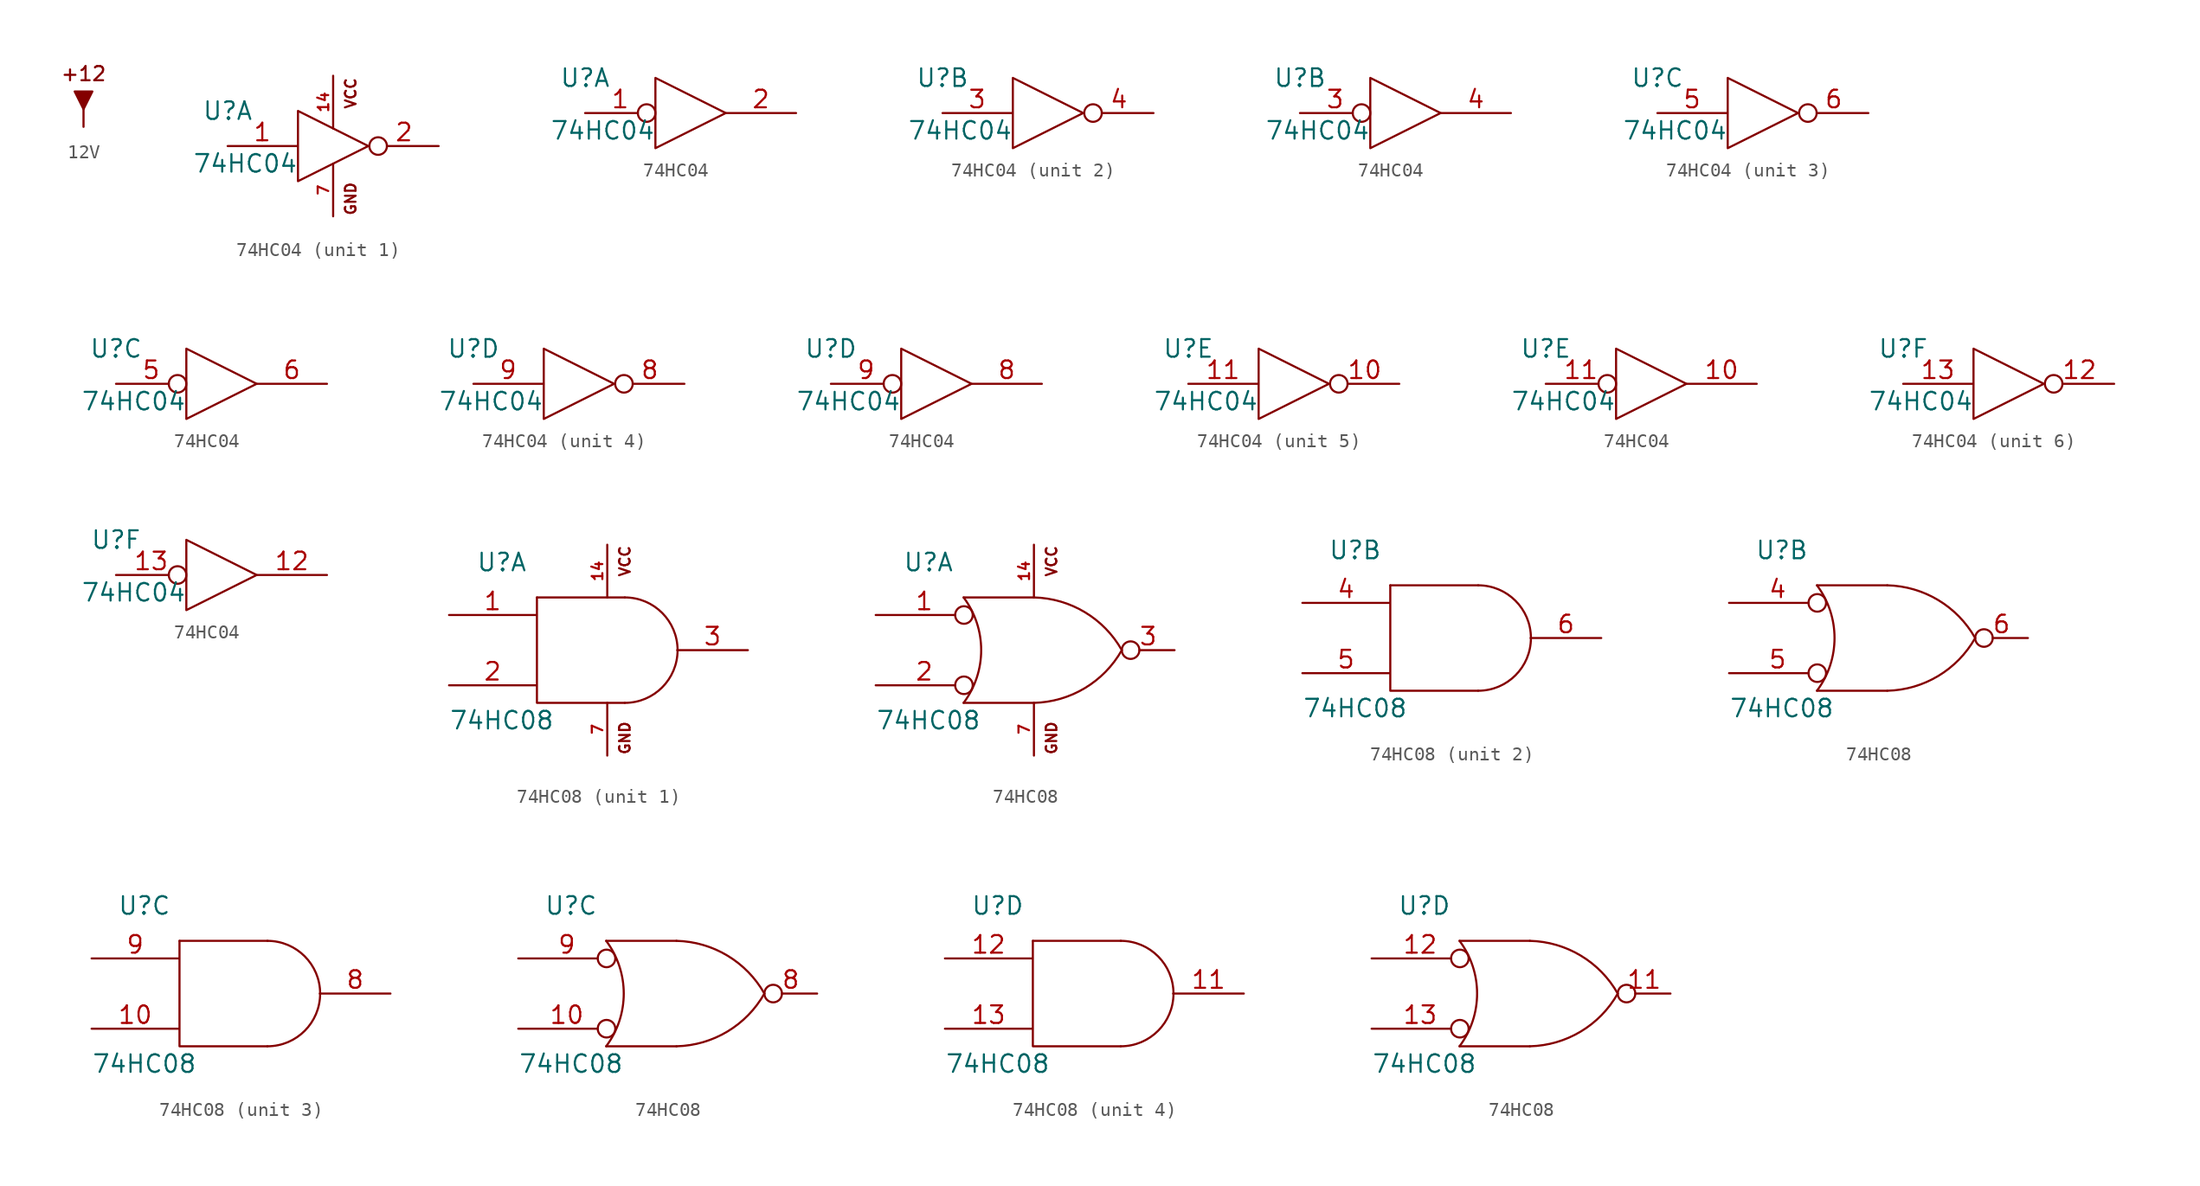
<source format=kicad_sym>
(kicad_symbol_lib
  (version 20211014)
  (generator kicad_symbol_editor)
  (symbol "12V"
    (power)
    (pin_numbers hide)
    (pin_names
      (offset 0) hide)
    (property "Reference" "#PWR"
      (at 0 -1.27 0)
      (effects (font (size 1.524 1.524)) hide))
    (symbol "12V_0_0"
      (text "+12" (at 0 3.81 0) (effects (font (size 1.016 1.016)))))
    (symbol "12V_0_1"
      (polyline (pts (xy 0 1.27) (xy 0.635 2.54) (xy -0.635 2.54) (xy 0 1.27)) (stroke (width 0) (type default) (color 0 0 0 0)) (fill (type outline))))
    (symbol "12V_1_1"
      (pin power_in line (at 0 0 90) (length 1.27) (name "+12V" (effects (font (size 1.27 1.27)))) (number "1" (effects (font (size 1.27 1.27)))))))
  (symbol "74HC04"
    (pin_names
      (offset 0.762) hide)
    (property "Reference" "U"
      (at -7.62 2.54 0)
      (effects (font (size 1.27 1.27))))
    (property "Value" "74HC04"
      (at -6.35 -1.27 0)
      (effects (font (size 1.27 1.27))))
    (symbol "74HC04_1_1"
      (polyline (pts (xy -2.54 -2.54) (xy -2.54 2.54) (xy 2.54 0) (xy -2.54 -2.54)) (stroke (width 0) (type default) (color 0 0 0 0)) (fill (type none)))
      (text "GND" (at 1.27 -3.81 900) (effects (font (size 0.762 0.762))))
      (text "VCC" (at 1.27 3.81 900) (effects (font (size 0.762 0.762))))
      (pin input line (at -7.62 0 0) (length 5.004) (name "~" (effects (font (size 1.27 1.27)))) (number "1" (effects (font (size 1.27 1.27)))))
      (pin power_in line (at 0 5.08 270) (length 3.81) (name "VCC" (effects (font (size 1.27 1.27)))) (number "14" (effects (font (size 0.762 0.762)))))
      (pin output inverted (at 7.62 0 180) (length 5.004) (name "~" (effects (font (size 1.27 1.27)))) (number "2" (effects (font (size 1.27 1.27)))))
      (pin power_in line (at 0 -5.08 90) (length 3.81) (name "GND" (effects (font (size 1.27 1.27)))) (number "7" (effects (font (size 0.762 0.762))))))
    (symbol "74HC04_1_2"
      (polyline (pts (xy -2.54 2.54) (xy -2.54 -2.54) (xy 2.54 0) (xy -2.54 2.54)) (stroke (width 0) (type default) (color 0 0 0 0)) (fill (type none)))
      (pin input inverted (at -7.62 0 0) (length 5.08) (name "~" (effects (font (size 1.27 1.27)))) (number "1" (effects (font (size 1.27 1.27)))))
      (pin output line (at 7.62 0 180) (length 5.08) (name "~" (effects (font (size 1.27 1.27)))) (number "2" (effects (font (size 1.27 1.27))))))
    (symbol "74HC04_2_1"
      (polyline (pts (xy -2.54 2.54) (xy -2.54 -2.54) (xy 2.54 0) (xy -2.54 2.54)) (stroke (width 0) (type default) (color 0 0 0 0)) (fill (type none)))
      (pin input line (at -7.62 0 0) (length 5.004) (name "~" (effects (font (size 1.27 1.27)))) (number "3" (effects (font (size 1.27 1.27)))))
      (pin output inverted (at 7.62 0 180) (length 5.004) (name "~" (effects (font (size 1.27 1.27)))) (number "4" (effects (font (size 1.27 1.27))))))
    (symbol "74HC04_2_2"
      (polyline (pts (xy -2.54 2.54) (xy -2.54 -2.54) (xy 2.54 0) (xy -2.54 2.54)) (stroke (width 0) (type default) (color 0 0 0 0)) (fill (type none)))
      (pin input inverted (at -7.62 0 0) (length 5.08) (name "~" (effects (font (size 1.27 1.27)))) (number "3" (effects (font (size 1.27 1.27)))))
      (pin output line (at 7.62 0 180) (length 5.08) (name "~" (effects (font (size 1.27 1.27)))) (number "4" (effects (font (size 1.27 1.27))))))
    (symbol "74HC04_3_1"
      (polyline (pts (xy -2.54 2.54) (xy -2.54 -2.54) (xy 2.54 0) (xy -2.54 2.54)) (stroke (width 0) (type default) (color 0 0 0 0)) (fill (type none)))
      (pin input line (at -7.62 0 0) (length 5.004) (name "~" (effects (font (size 1.27 1.27)))) (number "5" (effects (font (size 1.27 1.27)))))
      (pin output inverted (at 7.62 0 180) (length 5.004) (name "~" (effects (font (size 1.27 1.27)))) (number "6" (effects (font (size 1.27 1.27))))))
    (symbol "74HC04_3_2"
      (polyline (pts (xy -2.54 2.54) (xy -2.54 -2.54) (xy 2.54 0) (xy -2.54 2.54)) (stroke (width 0) (type default) (color 0 0 0 0)) (fill (type none)))
      (pin input inverted (at -7.62 0 0) (length 5.08) (name "~" (effects (font (size 1.27 1.27)))) (number "5" (effects (font (size 1.27 1.27)))))
      (pin output line (at 7.62 0 180) (length 5.08) (name "~" (effects (font (size 1.27 1.27)))) (number "6" (effects (font (size 1.27 1.27))))))
    (symbol "74HC04_4_1"
      (polyline (pts (xy -2.54 2.54) (xy -2.54 -2.54) (xy 2.54 0) (xy -2.54 2.54)) (stroke (width 0) (type default) (color 0 0 0 0)) (fill (type none)))
      (pin output inverted (at 7.62 0 180) (length 5.004) (name "~" (effects (font (size 1.27 1.27)))) (number "8" (effects (font (size 1.27 1.27)))))
      (pin input line (at -7.62 0 0) (length 5.004) (name "~" (effects (font (size 1.27 1.27)))) (number "9" (effects (font (size 1.27 1.27))))))
    (symbol "74HC04_4_2"
      (polyline (pts (xy -2.54 2.54) (xy -2.54 -2.54) (xy 2.54 0) (xy -2.54 2.54)) (stroke (width 0) (type default) (color 0 0 0 0)) (fill (type none)))
      (pin output line (at 7.62 0 180) (length 5.08) (name "~" (effects (font (size 1.27 1.27)))) (number "8" (effects (font (size 1.27 1.27)))))
      (pin input inverted (at -7.62 0 0) (length 5.08) (name "~" (effects (font (size 1.27 1.27)))) (number "9" (effects (font (size 1.27 1.27))))))
    (symbol "74HC04_5_1"
      (polyline (pts (xy -2.54 2.54) (xy -2.54 -2.54) (xy 2.54 0) (xy -2.54 2.54)) (stroke (width 0) (type default) (color 0 0 0 0)) (fill (type none)))
      (pin output inverted (at 7.62 0 180) (length 5.004) (name "~" (effects (font (size 1.27 1.27)))) (number "10" (effects (font (size 1.27 1.27)))))
      (pin input line (at -7.62 0 0) (length 5.004) (name "~" (effects (font (size 1.27 1.27)))) (number "11" (effects (font (size 1.27 1.27))))))
    (symbol "74HC04_5_2"
      (polyline (pts (xy -2.54 2.54) (xy -2.54 -2.54) (xy 2.54 0) (xy -2.54 2.54)) (stroke (width 0) (type default) (color 0 0 0 0)) (fill (type none)))
      (pin output line (at 7.62 0 180) (length 5.08) (name "~" (effects (font (size 1.27 1.27)))) (number "10" (effects (font (size 1.27 1.27)))))
      (pin input inverted (at -7.62 0 0) (length 5.08) (name "~" (effects (font (size 1.27 1.27)))) (number "11" (effects (font (size 1.27 1.27))))))
    (symbol "74HC04_6_1"
      (polyline (pts (xy -2.54 2.54) (xy -2.54 -2.54) (xy 2.54 0) (xy -2.54 2.54)) (stroke (width 0) (type default) (color 0 0 0 0)) (fill (type none)))
      (pin output inverted (at 7.62 0 180) (length 5.004) (name "~" (effects (font (size 1.27 1.27)))) (number "12" (effects (font (size 1.27 1.27)))))
      (pin input line (at -7.62 0 0) (length 5.004) (name "~" (effects (font (size 1.27 1.27)))) (number "13" (effects (font (size 1.27 1.27))))))
    (symbol "74HC04_6_2"
      (polyline (pts (xy -2.54 2.54) (xy -2.54 -2.54) (xy 2.54 0) (xy -2.54 2.54)) (stroke (width 0) (type default) (color 0 0 0 0)) (fill (type none)))
      (pin output line (at 7.62 0 180) (length 5.08) (name "~" (effects (font (size 1.27 1.27)))) (number "12" (effects (font (size 1.27 1.27)))))
      (pin input inverted (at -7.62 0 0) (length 5.08) (name "~" (effects (font (size 1.27 1.27)))) (number "13" (effects (font (size 1.27 1.27)))))))
  (symbol "74HC08"
    (pin_names
      (offset 0.762) hide)
    (property "Reference" "U"
      (at -7.62 6.35 0)
      (effects (font (size 1.27 1.27))))
    (property "Value" "74HC08"
      (at -7.62 -5.08 0)
      (effects (font (size 1.27 1.27))))
    (symbol "74HC08_1_0"
      (text "GND" (at 1.27 -6.35 900) (effects (font (size 0.762 0.762))))
      (text "VCC" (at 1.27 7.62 900) (effects (font (size 0.762 0.762)) (justify right)))
      (pin power_in line (at 0 7.62 270) (length 3.81) (name "VCC" (effects (font (size 1.27 1.27)))) (number "14" (effects (font (size 0.762 0.762)))))
      (pin power_in line (at 0 -7.62 90) (length 3.81) (name "GND" (effects (font (size 1.27 1.27)))) (number "7" (effects (font (size 0.762 0.762))))))
    (symbol "74HC08_1_1"
      (polyline (pts (xy 1.27 3.81) (xy -5.08 3.81)) (stroke (width 0) (type default) (color 0 0 0 0)) (fill (type none)))
      (polyline (pts (xy -5.08 3.81) (xy -5.08 -3.81) (xy 1.27 -3.81)) (stroke (width 0) (type default) (color 0 0 0 0)) (fill (type none)))
      (arc (start 1.27 -3.81) (mid 5.08 0) (end 1.27 3.81) (stroke (width 0) (type default) (color 0 0 0 0)) (fill (type none)))
      (pin input line (at -11.43 2.54 0) (length 6.299) (name "~" (effects (font (size 1.27 1.27)))) (number "1" (effects (font (size 1.27 1.27)))))
      (pin input line (at -11.43 -2.54 0) (length 6.299) (name "~" (effects (font (size 1.27 1.27)))) (number "2" (effects (font (size 1.27 1.27)))))
      (pin output line (at 10.16 0 180) (length 5.105) (name "~" (effects (font (size 1.27 1.27)))) (number "3" (effects (font (size 1.27 1.27))))))
    (symbol "74HC08_1_2"
      (arc (start -5.08 -3.81) (mid -3.81 0) (end -5.08 3.81) (stroke (width 0) (type default) (color 0 0 0 0)) (fill (type none)))
      (arc (start 0 -3.81) (mid 3.6784 -2.744) (end 6.35 0) (stroke (width 0) (type default) (color 0 0 0 0)) (fill (type none)))
      (polyline (pts (xy -5.08 -3.81) (xy 0 -3.81)) (stroke (width 0) (type default) (color 0 0 0 0)) (fill (type none)))
      (polyline (pts (xy -5.08 3.81) (xy 0 3.81)) (stroke (width 0) (type default) (color 0 0 0 0)) (fill (type none)))
      (arc (start 6.35 0) (mid 3.6784 2.744) (end 0 3.81) (stroke (width 0) (type default) (color 0 0 0 0)) (fill (type none)))
      (pin input inverted (at -11.43 2.54 0) (length 7.01) (name "~" (effects (font (size 1.27 1.27)))) (number "1" (effects (font (size 1.27 1.27)))))
      (pin input inverted (at -11.43 -2.54 0) (length 7.01) (name "~" (effects (font (size 1.27 1.27)))) (number "2" (effects (font (size 1.27 1.27)))))
      (pin output inverted (at 10.16 0 180) (length 3.81) (name "~" (effects (font (size 1.27 1.27)))) (number "3" (effects (font (size 1.27 1.27))))))
    (symbol "74HC08_2_1"
      (polyline (pts (xy 1.27 3.81) (xy -5.08 3.81)) (stroke (width 0) (type default) (color 0 0 0 0)) (fill (type none)))
      (polyline (pts (xy -5.08 3.81) (xy -5.08 -3.81) (xy 1.27 -3.81)) (stroke (width 0) (type default) (color 0 0 0 0)) (fill (type none)))
      (arc (start 1.27 -3.81) (mid 5.08 0) (end 1.27 3.81) (stroke (width 0) (type default) (color 0 0 0 0)) (fill (type none)))
      (pin power_in line (at -2.54 3.81 90) (length 0) hide (name "VCC" (effects (font (size 1.016 1.016)))) (number "14" (effects (font (size 1.016 1.016)))))
      (pin input line (at -11.43 2.54 0) (length 6.299) (name "~" (effects (font (size 1.27 1.27)))) (number "4" (effects (font (size 1.27 1.27)))))
      (pin input line (at -11.43 -2.54 0) (length 6.299) (name "~" (effects (font (size 1.27 1.27)))) (number "5" (effects (font (size 1.27 1.27)))))
      (pin output line (at 10.16 0 180) (length 5.105) (name "~" (effects (font (size 1.27 1.27)))) (number "6" (effects (font (size 1.27 1.27)))))
      (pin power_in line (at -2.54 -3.81 90) (length 0) hide (name "GND" (effects (font (size 1.016 1.016)))) (number "7" (effects (font (size 1.016 1.016))))))
    (symbol "74HC08_2_2"
      (arc (start -5.08 -3.81) (mid -3.81 0) (end -5.08 3.81) (stroke (width 0) (type default) (color 0 0 0 0)) (fill (type none)))
      (arc (start 0 -3.81) (mid 3.6784 -2.744) (end 6.35 0) (stroke (width 0) (type default) (color 0 0 0 0)) (fill (type none)))
      (polyline (pts (xy -5.08 -3.81) (xy 0 -3.81)) (stroke (width 0) (type default) (color 0 0 0 0)) (fill (type none)))
      (polyline (pts (xy -5.08 3.81) (xy 0 3.81)) (stroke (width 0) (type default) (color 0 0 0 0)) (fill (type none)))
      (arc (start 6.35 0) (mid 3.6784 2.744) (end 0 3.81) (stroke (width 0) (type default) (color 0 0 0 0)) (fill (type none)))
      (pin input inverted (at -11.43 2.54 0) (length 7.01) (name "~" (effects (font (size 1.27 1.27)))) (number "4" (effects (font (size 1.27 1.27)))))
      (pin input inverted (at -11.43 -2.54 0) (length 7.01) (name "~" (effects (font (size 1.27 1.27)))) (number "5" (effects (font (size 1.27 1.27)))))
      (pin output inverted (at 10.16 0 180) (length 3.81) (name "~" (effects (font (size 1.27 1.27)))) (number "6" (effects (font (size 1.27 1.27))))))
    (symbol "74HC08_3_1"
      (polyline (pts (xy 1.27 3.81) (xy -5.08 3.81)) (stroke (width 0) (type default) (color 0 0 0 0)) (fill (type none)))
      (polyline (pts (xy -5.08 3.81) (xy -5.08 -3.81) (xy 1.27 -3.81)) (stroke (width 0) (type default) (color 0 0 0 0)) (fill (type none)))
      (arc (start 1.27 -3.81) (mid 5.08 0) (end 1.27 3.81) (stroke (width 0) (type default) (color 0 0 0 0)) (fill (type none)))
      (pin input line (at -11.43 -2.54 0) (length 6.299) (name "~" (effects (font (size 1.27 1.27)))) (number "10" (effects (font (size 1.27 1.27)))))
      (pin power_in line (at -2.54 3.81 90) (length 0) hide (name "VCC" (effects (font (size 1.016 1.016)))) (number "14" (effects (font (size 1.016 1.016)))))
      (pin power_in line (at -2.54 -3.81 90) (length 0) hide (name "GND" (effects (font (size 1.016 1.016)))) (number "7" (effects (font (size 1.016 1.016)))))
      (pin output line (at 10.16 0 180) (length 5.105) (name "~" (effects (font (size 1.27 1.27)))) (number "8" (effects (font (size 1.27 1.27)))))
      (pin input line (at -11.43 2.54 0) (length 6.299) (name "~" (effects (font (size 1.27 1.27)))) (number "9" (effects (font (size 1.27 1.27))))))
    (symbol "74HC08_3_2"
      (arc (start -5.08 -3.81) (mid -3.81 0) (end -5.08 3.81) (stroke (width 0) (type default) (color 0 0 0 0)) (fill (type none)))
      (arc (start 0 -3.81) (mid 3.6784 -2.744) (end 6.35 0) (stroke (width 0) (type default) (color 0 0 0 0)) (fill (type none)))
      (polyline (pts (xy -5.08 -3.81) (xy 0 -3.81)) (stroke (width 0) (type default) (color 0 0 0 0)) (fill (type none)))
      (polyline (pts (xy -5.08 3.81) (xy 0 3.81)) (stroke (width 0) (type default) (color 0 0 0 0)) (fill (type none)))
      (arc (start 6.35 0) (mid 3.6784 2.744) (end 0 3.81) (stroke (width 0) (type default) (color 0 0 0 0)) (fill (type none)))
      (pin input inverted (at -11.43 -2.54 0) (length 7.01) (name "~" (effects (font (size 1.27 1.27)))) (number "10" (effects (font (size 1.27 1.27)))))
      (pin output inverted (at 10.16 0 180) (length 3.81) (name "~" (effects (font (size 1.27 1.27)))) (number "8" (effects (font (size 1.27 1.27)))))
      (pin input inverted (at -11.43 2.54 0) (length 7.01) (name "~" (effects (font (size 1.27 1.27)))) (number "9" (effects (font (size 1.27 1.27))))))
    (symbol "74HC08_4_1"
      (polyline (pts (xy 1.27 3.81) (xy -5.08 3.81)) (stroke (width 0) (type default) (color 0 0 0 0)) (fill (type none)))
      (polyline (pts (xy -5.08 3.81) (xy -5.08 -3.81) (xy 1.27 -3.81)) (stroke (width 0) (type default) (color 0 0 0 0)) (fill (type none)))
      (arc (start 1.27 -3.81) (mid 5.08 0) (end 1.27 3.81) (stroke (width 0) (type default) (color 0 0 0 0)) (fill (type none)))
      (pin output line (at 10.16 0 180) (length 5.105) (name "~" (effects (font (size 1.27 1.27)))) (number "11" (effects (font (size 1.27 1.27)))))
      (pin input line (at -11.43 2.54 0) (length 6.299) (name "~" (effects (font (size 1.27 1.27)))) (number "12" (effects (font (size 1.27 1.27)))))
      (pin input line (at -11.43 -2.54 0) (length 6.299) (name "~" (effects (font (size 1.27 1.27)))) (number "13" (effects (font (size 1.27 1.27)))))
      (pin power_in line (at -2.54 3.81 90) (length 0) hide (name "VCC" (effects (font (size 1.016 1.016)))) (number "14" (effects (font (size 1.016 1.016)))))
      (pin power_in line (at -2.54 -3.81 90) (length 0) hide (name "GND" (effects (font (size 1.016 1.016)))) (number "7" (effects (font (size 1.016 1.016))))))
    (symbol "74HC08_4_2"
      (arc (start -5.08 -3.81) (mid -3.81 0) (end -5.08 3.81) (stroke (width 0) (type default) (color 0 0 0 0)) (fill (type none)))
      (arc (start 0 -3.81) (mid 3.6784 -2.744) (end 6.35 0) (stroke (width 0) (type default) (color 0 0 0 0)) (fill (type none)))
      (polyline (pts (xy -5.08 -3.81) (xy 0 -3.81)) (stroke (width 0) (type default) (color 0 0 0 0)) (fill (type none)))
      (polyline (pts (xy -5.08 3.81) (xy 0 3.81)) (stroke (width 0) (type default) (color 0 0 0 0)) (fill (type none)))
      (arc (start 6.35 0) (mid 3.6784 2.744) (end 0 3.81) (stroke (width 0) (type default) (color 0 0 0 0)) (fill (type none)))
      (pin output inverted (at 10.16 0 180) (length 3.81) (name "~" (effects (font (size 1.27 1.27)))) (number "11" (effects (font (size 1.27 1.27)))))
      (pin input inverted (at -11.43 2.54 0) (length 7.01) (name "~" (effects (font (size 1.27 1.27)))) (number "12" (effects (font (size 1.27 1.27)))))
      (pin input inverted (at -11.43 -2.54 0) (length 7.01) (name "~" (effects (font (size 1.27 1.27)))) (number "13" (effects (font (size 1.27 1.27))))))))
</source>
